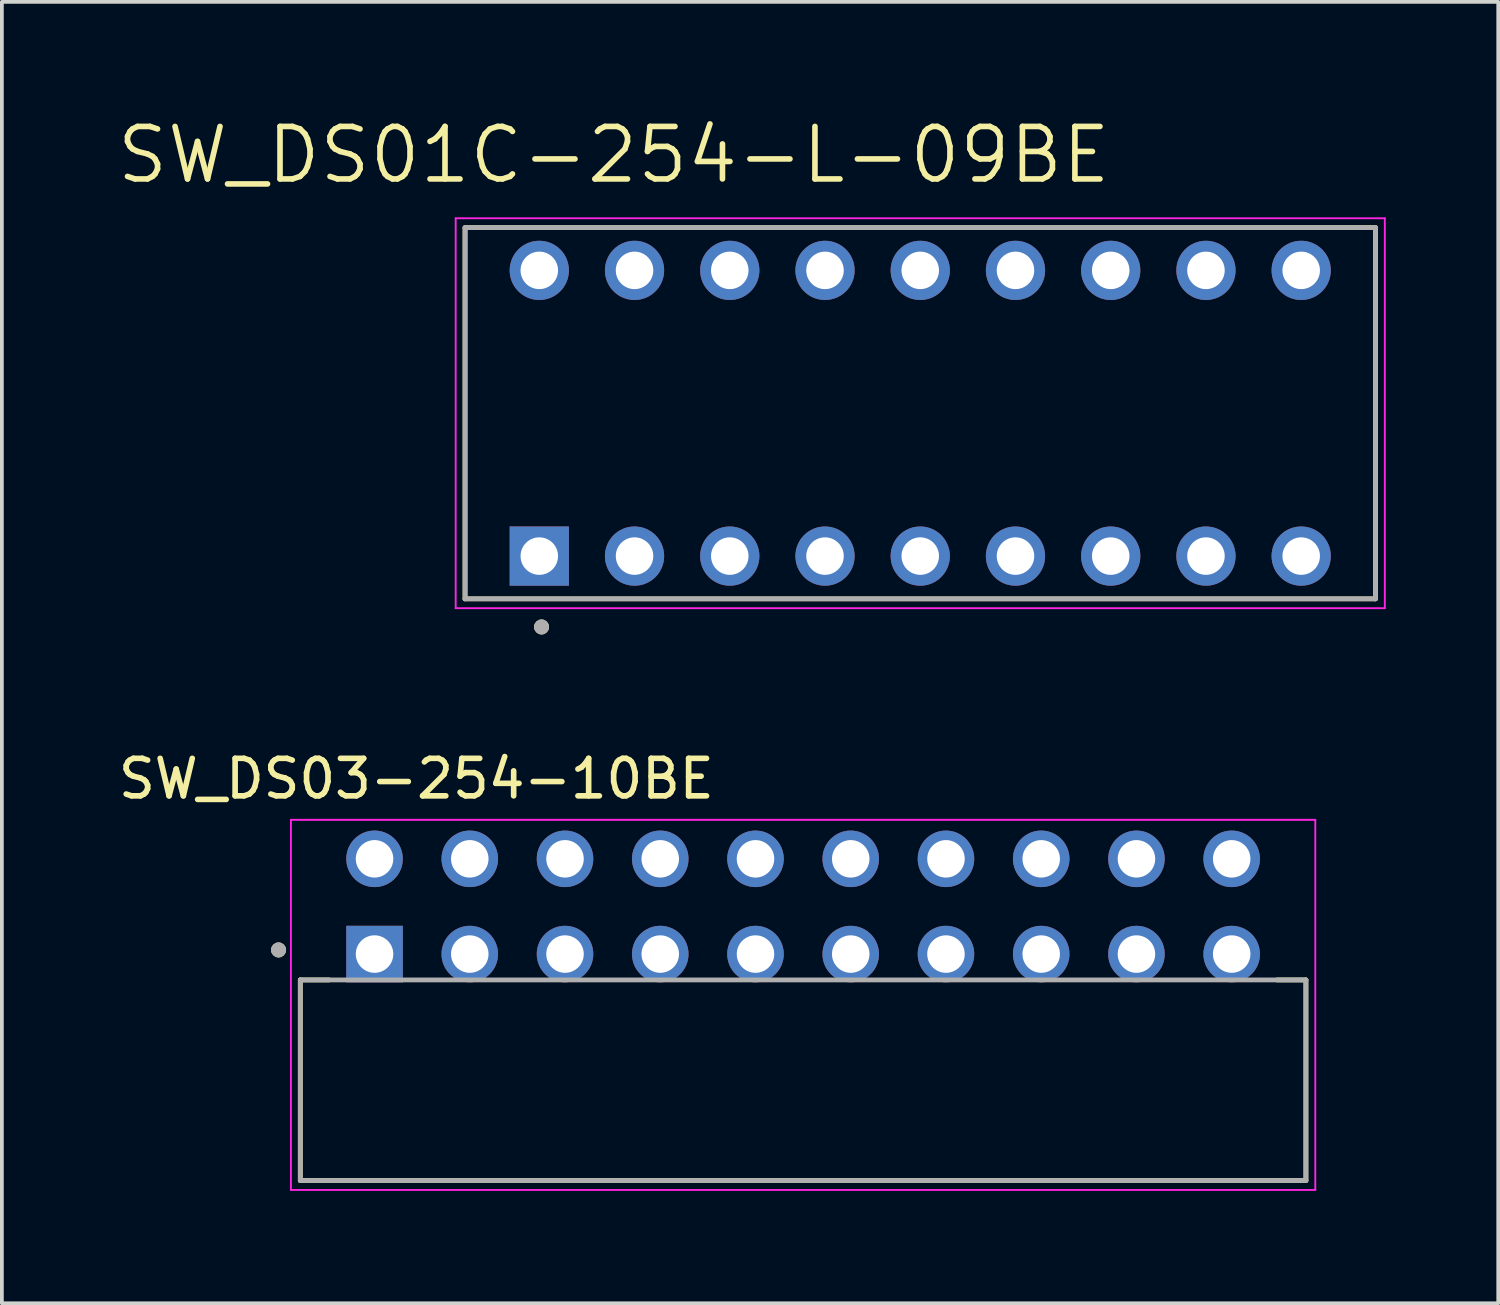
<source format=kicad_pcb>
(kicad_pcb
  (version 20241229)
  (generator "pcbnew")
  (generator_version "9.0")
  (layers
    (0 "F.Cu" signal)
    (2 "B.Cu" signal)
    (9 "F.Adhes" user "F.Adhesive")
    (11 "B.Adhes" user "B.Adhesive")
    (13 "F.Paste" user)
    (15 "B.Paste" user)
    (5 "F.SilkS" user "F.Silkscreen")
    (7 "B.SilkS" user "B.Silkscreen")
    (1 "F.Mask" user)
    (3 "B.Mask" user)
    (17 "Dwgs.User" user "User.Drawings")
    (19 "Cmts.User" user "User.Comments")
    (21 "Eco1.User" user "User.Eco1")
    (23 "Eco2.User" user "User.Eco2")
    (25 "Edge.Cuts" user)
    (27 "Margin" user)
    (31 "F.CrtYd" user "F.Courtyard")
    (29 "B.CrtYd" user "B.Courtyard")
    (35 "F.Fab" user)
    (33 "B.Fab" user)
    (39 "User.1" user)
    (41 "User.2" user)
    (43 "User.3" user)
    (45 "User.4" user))
  (footprint "SW_DS03-254-10BE"
    (layer "F.Cu")
    (at 18.369 21.125)
    (property "Reference" "SW_DS03-254-10BE" (at -10.315 -3.405 0) (layer "F.SilkS") (effects (font (size 1 1) (thickness 0.15))))
    (attr through_hole)
    (fp_line (start -13.41 1.96) (end -13.41 7.31) (stroke (width 0.127) (type solid)) (layer "F.SilkS"))
    (fp_line (start -13.41 7.31) (end 13.41 7.31) (stroke (width 0.127) (type solid)) (layer "F.SilkS"))
    (fp_line (start -12.64 1.96) (end -13.41 1.96) (stroke (width 0.127) (type solid)) (layer "F.SilkS"))
    (fp_line (start 13.41 1.96) (end 12.64 1.96) (stroke (width 0.127) (type solid)) (layer "F.SilkS"))
    (fp_line (start 13.41 7.31) (end 13.41 1.96) (stroke (width 0.127) (type solid)) (layer "F.SilkS"))
    (fp_circle (center -13.99 1.16) (end -13.89 1.16) (stroke (width 0.2) (type solid)) (fill no) (layer "F.SilkS"))
    (fp_line (start -13.66 -2.31) (end 13.66 -2.31) (stroke (width 0.05) (type solid)) (layer "F.CrtYd"))
    (fp_line (start -13.66 7.56) (end -13.66 -2.31) (stroke (width 0.05) (type solid)) (layer "F.CrtYd"))
    (fp_line (start 13.66 -2.31) (end 13.66 7.56) (stroke (width 0.05) (type solid)) (layer "F.CrtYd"))
    (fp_line (start 13.66 7.56) (end -13.66 7.56) (stroke (width 0.05) (type solid)) (layer "F.CrtYd"))
    (fp_line (start -13.41 1.96) (end -13.41 7.31) (stroke (width 0.127) (type solid)) (layer "F.Fab"))
    (fp_line (start -13.41 7.31) (end 13.41 7.31) (stroke (width 0.127) (type solid)) (layer "F.Fab"))
    (fp_line (start 13.41 1.96) (end -13.41 1.96) (stroke (width 0.127) (type solid)) (layer "F.Fab"))
    (fp_line (start 13.41 7.31) (end 13.41 1.96) (stroke (width 0.127) (type solid)) (layer "F.Fab"))
    (fp_circle (center -13.99 1.16) (end -13.89 1.16) (stroke (width 0.2) (type solid)) (fill no) (layer "F.Fab"))
    (pad "1A" thru_hole rect (at -11.43 1.27) (size 1.508 1.508) (drill 1) (layers "*.Cu" "*.Mask"))
    (pad "1B" thru_hole circle (at -11.43 -1.27) (size 1.508 1.508) (drill 1) (layers "*.Cu" "*.Mask"))
    (pad "2A" thru_hole circle (at -8.89 1.27) (size 1.508 1.508) (drill 1) (layers "*.Cu" "*.Mask"))
    (pad "2B" thru_hole circle (at -8.89 -1.27) (size 1.508 1.508) (drill 1) (layers "*.Cu" "*.Mask"))
    (pad "3A" thru_hole circle (at -6.35 1.27) (size 1.508 1.508) (drill 1) (layers "*.Cu" "*.Mask"))
    (pad "3B" thru_hole circle (at -6.35 -1.27) (size 1.508 1.508) (drill 1) (layers "*.Cu" "*.Mask"))
    (pad "4A" thru_hole circle (at -3.81 1.27) (size 1.508 1.508) (drill 1) (layers "*.Cu" "*.Mask"))
    (pad "4B" thru_hole circle (at -3.81 -1.27) (size 1.508 1.508) (drill 1) (layers "*.Cu" "*.Mask"))
    (pad "5A" thru_hole circle (at -1.27 1.27) (size 1.508 1.508) (drill 1) (layers "*.Cu" "*.Mask"))
    (pad "5B" thru_hole circle (at -1.27 -1.27) (size 1.508 1.508) (drill 1) (layers "*.Cu" "*.Mask"))
    (pad "6A" thru_hole circle (at 1.27 1.27) (size 1.508 1.508) (drill 1) (layers "*.Cu" "*.Mask"))
    (pad "6B" thru_hole circle (at 1.27 -1.27) (size 1.508 1.508) (drill 1) (layers "*.Cu" "*.Mask"))
    (pad "7A" thru_hole circle (at 3.81 1.27) (size 1.508 1.508) (drill 1) (layers "*.Cu" "*.Mask"))
    (pad "7B" thru_hole circle (at 3.81 -1.27) (size 1.508 1.508) (drill 1) (layers "*.Cu" "*.Mask"))
    (pad "8A" thru_hole circle (at 6.35 1.27) (size 1.508 1.508) (drill 1) (layers "*.Cu" "*.Mask"))
    (pad "8B" thru_hole circle (at 6.35 -1.27) (size 1.508 1.508) (drill 1) (layers "*.Cu" "*.Mask"))
    (pad "9A" thru_hole circle (at 8.89 1.27) (size 1.508 1.508) (drill 1) (layers "*.Cu" "*.Mask"))
    (pad "9B" thru_hole circle (at 8.89 -1.27) (size 1.508 1.508) (drill 1) (layers "*.Cu" "*.Mask"))
    (pad "10A" thru_hole circle (at 11.43 1.27) (size 1.508 1.508) (drill 1) (layers "*.Cu" "*.Mask"))
    (pad "10B" thru_hole circle (at 11.43 -1.27) (size 1.508 1.508) (drill 1) (layers "*.Cu" "*.Mask")))
  (footprint "SW_DS01C-254-L-09BE"
    (layer "F.Cu")
    (at 21.493 7.971)
    (property "Reference" "SW_DS01C-254-L-09BE" (at -8.175 -6.889 0) (layer "F.SilkS") (effects (font (size 1.4 1.4) (thickness 0.15))))
    (attr through_hole)
    (fp_line (start -12.14 -4.95) (end 12.14 -4.95) (stroke (width 0.127) (type solid)) (layer "F.SilkS"))
    (fp_line (start -12.14 4.95) (end -12.14 -4.95) (stroke (width 0.127) (type solid)) (layer "F.SilkS"))
    (fp_line (start 12.14 -4.95) (end 12.14 4.95) (stroke (width 0.127) (type solid)) (layer "F.SilkS"))
    (fp_line (start 12.14 4.95) (end -12.14 4.95) (stroke (width 0.127) (type solid)) (layer "F.SilkS"))
    (fp_circle (center -10.1 5.7) (end -10 5.7) (stroke (width 0.2) (type solid)) (fill no) (layer "F.SilkS"))
    (fp_line (start -12.39 -5.2) (end -12.39 5.2) (stroke (width 0.05) (type solid)) (layer "F.CrtYd"))
    (fp_line (start -12.39 5.2) (end 12.39 5.2) (stroke (width 0.05) (type solid)) (layer "F.CrtYd"))
    (fp_line (start 12.39 -5.2) (end -12.39 -5.2) (stroke (width 0.05) (type solid)) (layer "F.CrtYd"))
    (fp_line (start 12.39 5.2) (end 12.39 -5.2) (stroke (width 0.05) (type solid)) (layer "F.CrtYd"))
    (fp_line (start -12.14 -4.95) (end 12.14 -4.95) (stroke (width 0.127) (type solid)) (layer "F.Fab"))
    (fp_line (start -12.14 4.95) (end -12.14 -4.95) (stroke (width 0.127) (type solid)) (layer "F.Fab"))
    (fp_line (start 12.14 -4.95) (end 12.14 4.95) (stroke (width 0.127) (type solid)) (layer "F.Fab"))
    (fp_line (start 12.14 4.95) (end -12.14 4.95) (stroke (width 0.127) (type solid)) (layer "F.Fab"))
    (fp_circle (center -10.1 5.7) (end -10 5.7) (stroke (width 0.2) (type solid)) (fill no) (layer "F.Fab"))
    (pad "1A" thru_hole rect (at -10.16 3.81) (size 1.58 1.58) (drill 1) (layers "*.Cu" "*.Mask"))
    (pad "1B" thru_hole circle (at -10.16 -3.81) (size 1.58 1.58) (drill 1) (layers "*.Cu" "*.Mask"))
    (pad "2A" thru_hole circle (at -7.62 3.81) (size 1.58 1.58) (drill 1) (layers "*.Cu" "*.Mask"))
    (pad "2B" thru_hole circle (at -7.62 -3.81) (size 1.58 1.58) (drill 1) (layers "*.Cu" "*.Mask"))
    (pad "3A" thru_hole circle (at -5.08 3.81) (size 1.58 1.58) (drill 1) (layers "*.Cu" "*.Mask"))
    (pad "3B" thru_hole circle (at -5.08 -3.81) (size 1.58 1.58) (drill 1) (layers "*.Cu" "*.Mask"))
    (pad "4A" thru_hole circle (at -2.54 3.81) (size 1.58 1.58) (drill 1) (layers "*.Cu" "*.Mask"))
    (pad "4B" thru_hole circle (at -2.54 -3.81) (size 1.58 1.58) (drill 1) (layers "*.Cu" "*.Mask"))
    (pad "5A" thru_hole circle (at 0 3.81) (size 1.58 1.58) (drill 1) (layers "*.Cu" "*.Mask"))
    (pad "5B" thru_hole circle (at 0 -3.81) (size 1.58 1.58) (drill 1) (layers "*.Cu" "*.Mask"))
    (pad "6A" thru_hole circle (at 2.54 3.81) (size 1.58 1.58) (drill 1) (layers "*.Cu" "*.Mask"))
    (pad "6B" thru_hole circle (at 2.54 -3.81) (size 1.58 1.58) (drill 1) (layers "*.Cu" "*.Mask"))
    (pad "7A" thru_hole circle (at 5.08 3.81) (size 1.58 1.58) (drill 1) (layers "*.Cu" "*.Mask"))
    (pad "7B" thru_hole circle (at 5.08 -3.81) (size 1.58 1.58) (drill 1) (layers "*.Cu" "*.Mask"))
    (pad "8A" thru_hole circle (at 7.62 3.81) (size 1.58 1.58) (drill 1) (layers "*.Cu" "*.Mask"))
    (pad "8B" thru_hole circle (at 7.62 -3.81) (size 1.58 1.58) (drill 1) (layers "*.Cu" "*.Mask"))
    (pad "9A" thru_hole circle (at 10.16 3.81) (size 1.58 1.58) (drill 1) (layers "*.Cu" "*.Mask"))
    (pad "9B" thru_hole circle (at 10.16 -3.81) (size 1.58 1.58) (drill 1) (layers "*.Cu" "*.Mask")))
  (gr_rect
    (start -3 -3)
    (end 36.908 31.709)
    (stroke (width 0.1) (type default))
    (fill no)
    (layer "Edge.Cuts")))
</source>
